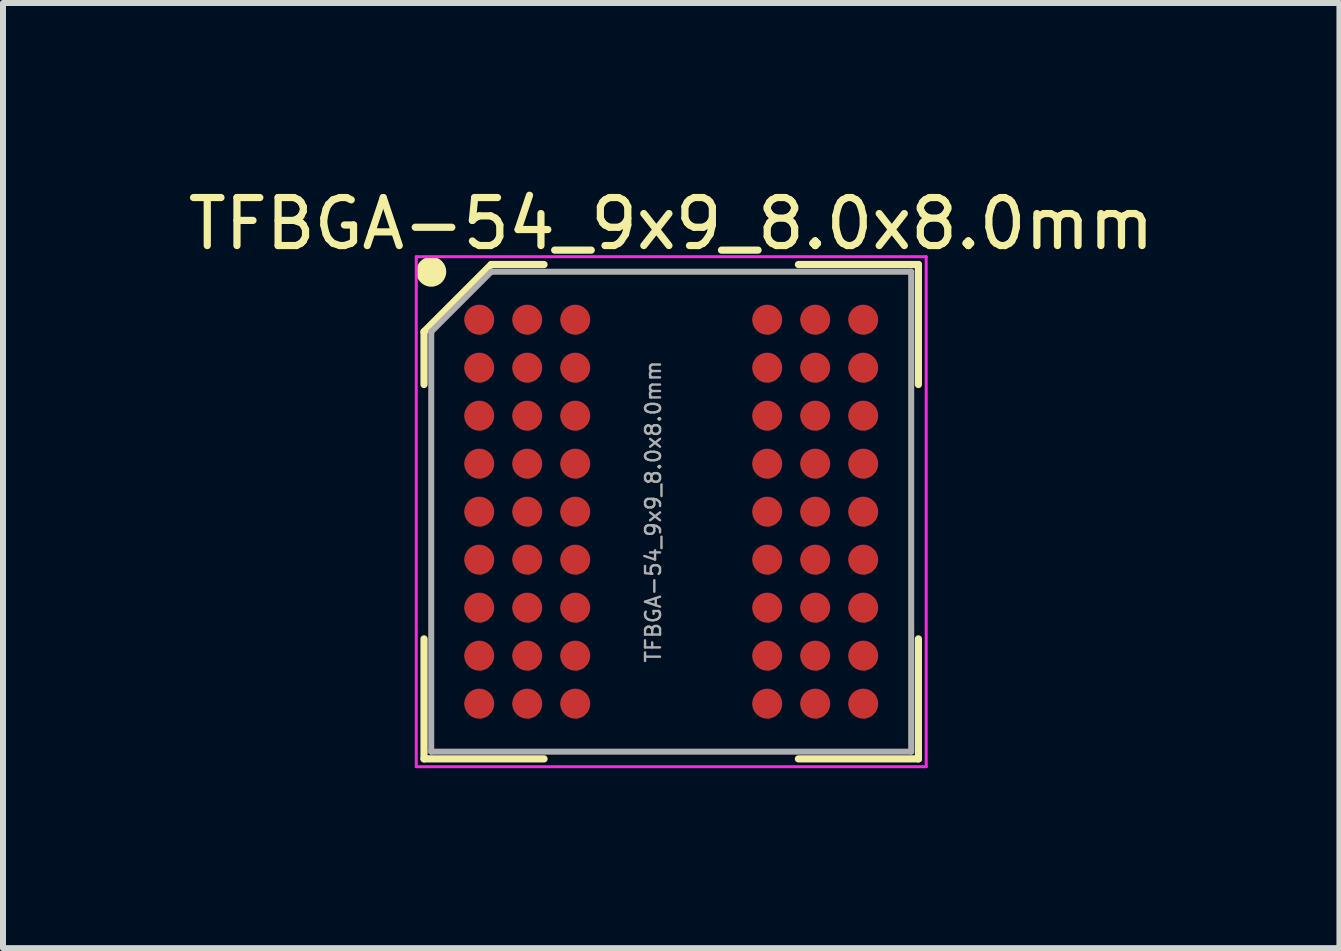
<source format=kicad_pcb>
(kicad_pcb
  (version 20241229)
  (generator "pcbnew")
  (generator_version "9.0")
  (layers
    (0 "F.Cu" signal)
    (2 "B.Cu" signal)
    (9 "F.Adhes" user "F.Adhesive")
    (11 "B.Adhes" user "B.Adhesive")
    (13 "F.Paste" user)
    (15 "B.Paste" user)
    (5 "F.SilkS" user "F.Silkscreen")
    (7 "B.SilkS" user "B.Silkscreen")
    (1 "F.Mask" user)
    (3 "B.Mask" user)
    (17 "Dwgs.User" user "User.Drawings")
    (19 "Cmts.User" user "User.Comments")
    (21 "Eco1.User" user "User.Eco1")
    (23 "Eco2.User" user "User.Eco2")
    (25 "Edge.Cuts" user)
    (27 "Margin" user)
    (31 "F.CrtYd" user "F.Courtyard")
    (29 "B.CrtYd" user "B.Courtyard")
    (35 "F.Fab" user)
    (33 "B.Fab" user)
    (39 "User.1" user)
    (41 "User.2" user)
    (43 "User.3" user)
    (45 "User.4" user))
  (footprint "TFBGA-54_9x9_8.0x8.0mm"
    (layer "F.Cu")
    (at 8.138 5.479)
    (property "Reference" "TFBGA-54_9x9_8.0x8.0mm" (at 0 -4.8 0) (layer "F.SilkS") (effects (font (size 0.8 0.8) (thickness 0.12))))
    (attr smd)
    (fp_line (start -4.12 -3) (end -4.12 -2.12) (stroke (width 0.12) (type default)) (layer "F.SilkS"))
    (fp_line (start -4.12 4.12) (end -4.12 2.12) (stroke (width 0.12) (type default)) (layer "F.SilkS"))
    (fp_line (start -3 -4.12) (end -4.12 -3) (stroke (width 0.12) (type default)) (layer "F.SilkS"))
    (fp_line (start -2.12 -4.12) (end -3 -4.12) (stroke (width 0.12) (type default)) (layer "F.SilkS"))
    (fp_line (start -2.12 4.12) (end -4.12 4.12) (stroke (width 0.12) (type default)) (layer "F.SilkS"))
    (fp_line (start 2.12 -4.12) (end 4.12 -4.12) (stroke (width 0.12) (type default)) (layer "F.SilkS"))
    (fp_line (start 2.12 4.12) (end 4.12 4.12) (stroke (width 0.12) (type default)) (layer "F.SilkS"))
    (fp_line (start 4.12 -4.12) (end 4.12 -2.12) (stroke (width 0.12) (type default)) (layer "F.SilkS"))
    (fp_line (start 4.12 4.12) (end 4.12 2.12) (stroke (width 0.12) (type default)) (layer "F.SilkS"))
    (fp_circle (center -4 -4) (end -3.8 -4) (stroke (width 0.1) (type solid)) (fill yes) (layer "F.SilkS"))
    (fp_line (start -4.25 -4.25) (end 4.25 -4.25) (stroke (width 0.05) (type default)) (layer "F.CrtYd"))
    (fp_line (start -4.25 4.25) (end -4.25 -4.25) (stroke (width 0.05) (type default)) (layer "F.CrtYd"))
    (fp_line (start 4.25 -4.25) (end 4.25 4.25) (stroke (width 0.05) (type default)) (layer "F.CrtYd"))
    (fp_line (start 4.25 4.25) (end -4.25 4.25) (stroke (width 0.05) (type default)) (layer "F.CrtYd"))
    (fp_line (start -4 -3) (end -4 4) (stroke (width 0.1) (type default)) (layer "F.Fab"))
    (fp_line (start -4 4) (end 4 4) (stroke (width 0.1) (type default)) (layer "F.Fab"))
    (fp_line (start -3 -4) (end -4 -3) (stroke (width 0.1) (type default)) (layer "F.Fab"))
    (fp_line (start 4 -4) (end -3 -4) (stroke (width 0.1) (type default)) (layer "F.Fab"))
    (fp_line (start 4 4) (end 4 -4) (stroke (width 0.1) (type default)) (layer "F.Fab"))
    (fp_text user "${REFERENCE}" (at -0.3 0 90) (layer "F.Fab") (effects (font (size 0.25 0.25) (thickness 0.04))))
    (pad "A1" smd circle (at -3.2 -3.2) (size 0.5 0.5) (layers "F.Cu" "F.Mask" "F.Paste"))
    (pad "A2" smd circle (at -2.4 -3.2) (size 0.5 0.5) (layers "F.Cu" "F.Mask" "F.Paste"))
    (pad "A3" smd circle (at -1.6 -3.2) (size 0.5 0.5) (layers "F.Cu" "F.Mask" "F.Paste"))
    (pad "A7" smd circle (at 1.6 -3.2) (size 0.5 0.5) (layers "F.Cu" "F.Mask" "F.Paste"))
    (pad "A8" smd circle (at 2.4 -3.2) (size 0.5 0.5) (layers "F.Cu" "F.Mask" "F.Paste"))
    (pad "A9" smd circle (at 3.2 -3.2) (size 0.5 0.5) (layers "F.Cu" "F.Mask" "F.Paste"))
    (pad "B1" smd circle (at -3.2 -2.4) (size 0.5 0.5) (layers "F.Cu" "F.Mask" "F.Paste"))
    (pad "B2" smd circle (at -2.4 -2.4) (size 0.5 0.5) (layers "F.Cu" "F.Mask" "F.Paste"))
    (pad "B3" smd circle (at -1.6 -2.4) (size 0.5 0.5) (layers "F.Cu" "F.Mask" "F.Paste"))
    (pad "B7" smd circle (at 1.6 -2.4) (size 0.5 0.5) (layers "F.Cu" "F.Mask" "F.Paste"))
    (pad "B8" smd circle (at 2.4 -2.4) (size 0.5 0.5) (layers "F.Cu" "F.Mask" "F.Paste"))
    (pad "B9" smd circle (at 3.2 -2.4) (size 0.5 0.5) (layers "F.Cu" "F.Mask" "F.Paste"))
    (pad "C1" smd circle (at -3.2 -1.6) (size 0.5 0.5) (layers "F.Cu" "F.Mask" "F.Paste"))
    (pad "C2" smd circle (at -2.4 -1.6) (size 0.5 0.5) (layers "F.Cu" "F.Mask" "F.Paste"))
    (pad "C3" smd circle (at -1.6 -1.6) (size 0.5 0.5) (layers "F.Cu" "F.Mask" "F.Paste"))
    (pad "C7" smd circle (at 1.6 -1.6) (size 0.5 0.5) (layers "F.Cu" "F.Mask" "F.Paste"))
    (pad "C8" smd circle (at 2.4 -1.6) (size 0.5 0.5) (layers "F.Cu" "F.Mask" "F.Paste"))
    (pad "C9" smd circle (at 3.2 -1.6) (size 0.5 0.5) (layers "F.Cu" "F.Mask" "F.Paste"))
    (pad "D1" smd circle (at -3.2 -0.8) (size 0.5 0.5) (layers "F.Cu" "F.Mask" "F.Paste"))
    (pad "D2" smd circle (at -2.4 -0.8) (size 0.5 0.5) (layers "F.Cu" "F.Mask" "F.Paste"))
    (pad "D3" smd circle (at -1.6 -0.8) (size 0.5 0.5) (layers "F.Cu" "F.Mask" "F.Paste"))
    (pad "D7" smd circle (at 1.6 -0.8) (size 0.5 0.5) (layers "F.Cu" "F.Mask" "F.Paste"))
    (pad "D8" smd circle (at 2.4 -0.8) (size 0.5 0.5) (layers "F.Cu" "F.Mask" "F.Paste"))
    (pad "D9" smd circle (at 3.2 -0.8) (size 0.5 0.5) (layers "F.Cu" "F.Mask" "F.Paste"))
    (pad "E1" smd circle (at -3.2 0) (size 0.5 0.5) (layers "F.Cu" "F.Mask" "F.Paste"))
    (pad "E2" smd circle (at -2.4 0) (size 0.5 0.5) (layers "F.Cu" "F.Mask" "F.Paste"))
    (pad "E3" smd circle (at -1.6 0) (size 0.5 0.5) (layers "F.Cu" "F.Mask" "F.Paste"))
    (pad "E7" smd circle (at 1.6 0) (size 0.5 0.5) (layers "F.Cu" "F.Mask" "F.Paste"))
    (pad "E8" smd circle (at 2.4 0) (size 0.5 0.5) (layers "F.Cu" "F.Mask" "F.Paste"))
    (pad "E9" smd circle (at 3.2 0) (size 0.5 0.5) (layers "F.Cu" "F.Mask" "F.Paste"))
    (pad "F1" smd circle (at -3.2 0.8) (size 0.5 0.5) (layers "F.Cu" "F.Mask" "F.Paste"))
    (pad "F2" smd circle (at -2.4 0.8) (size 0.5 0.5) (layers "F.Cu" "F.Mask" "F.Paste"))
    (pad "F3" smd circle (at -1.6 0.8) (size 0.5 0.5) (layers "F.Cu" "F.Mask" "F.Paste"))
    (pad "F7" smd circle (at 1.6 0.8) (size 0.5 0.5) (layers "F.Cu" "F.Mask" "F.Paste"))
    (pad "F8" smd circle (at 2.4 0.8) (size 0.5 0.5) (layers "F.Cu" "F.Mask" "F.Paste"))
    (pad "F9" smd circle (at 3.2 0.8) (size 0.5 0.5) (layers "F.Cu" "F.Mask" "F.Paste"))
    (pad "G1" smd circle (at -3.2 1.6) (size 0.5 0.5) (layers "F.Cu" "F.Mask" "F.Paste"))
    (pad "G2" smd circle (at -2.4 1.6) (size 0.5 0.5) (layers "F.Cu" "F.Mask" "F.Paste"))
    (pad "G3" smd circle (at -1.6 1.6) (size 0.5 0.5) (layers "F.Cu" "F.Mask" "F.Paste"))
    (pad "G7" smd circle (at 1.6 1.6) (size 0.5 0.5) (layers "F.Cu" "F.Mask" "F.Paste"))
    (pad "G8" smd circle (at 2.4 1.6) (size 0.5 0.5) (layers "F.Cu" "F.Mask" "F.Paste"))
    (pad "G9" smd circle (at 3.2 1.6) (size 0.5 0.5) (layers "F.Cu" "F.Mask" "F.Paste"))
    (pad "H1" smd circle (at -3.2 2.4) (size 0.5 0.5) (layers "F.Cu" "F.Mask" "F.Paste"))
    (pad "H2" smd circle (at -2.4 2.4) (size 0.5 0.5) (layers "F.Cu" "F.Mask" "F.Paste"))
    (pad "H3" smd circle (at -1.6 2.4) (size 0.5 0.5) (layers "F.Cu" "F.Mask" "F.Paste"))
    (pad "H7" smd circle (at 1.6 2.4) (size 0.5 0.5) (layers "F.Cu" "F.Mask" "F.Paste"))
    (pad "H8" smd circle (at 2.4 2.4) (size 0.5 0.5) (layers "F.Cu" "F.Mask" "F.Paste"))
    (pad "H9" smd circle (at 3.2 2.4) (size 0.5 0.5) (layers "F.Cu" "F.Mask" "F.Paste"))
    (pad "J1" smd circle (at -3.2 3.2) (size 0.5 0.5) (layers "F.Cu" "F.Mask" "F.Paste"))
    (pad "J2" smd circle (at -2.4 3.2) (size 0.5 0.5) (layers "F.Cu" "F.Mask" "F.Paste"))
    (pad "J3" smd circle (at -1.6 3.2) (size 0.5 0.5) (layers "F.Cu" "F.Mask" "F.Paste"))
    (pad "J7" smd circle (at 1.6 3.2) (size 0.5 0.5) (layers "F.Cu" "F.Mask" "F.Paste"))
    (pad "J8" smd circle (at 2.4 3.2) (size 0.5 0.5) (layers "F.Cu" "F.Mask" "F.Paste"))
    (pad "J9" smd circle (at 3.2 3.2) (size 0.5 0.5) (layers "F.Cu" "F.Mask" "F.Paste")))
  (gr_rect
    (start -3 -3)
    (end 19.276 12.754)
    (stroke (width 0.1) (type default))
    (fill no)
    (layer "Edge.Cuts")))
</source>
